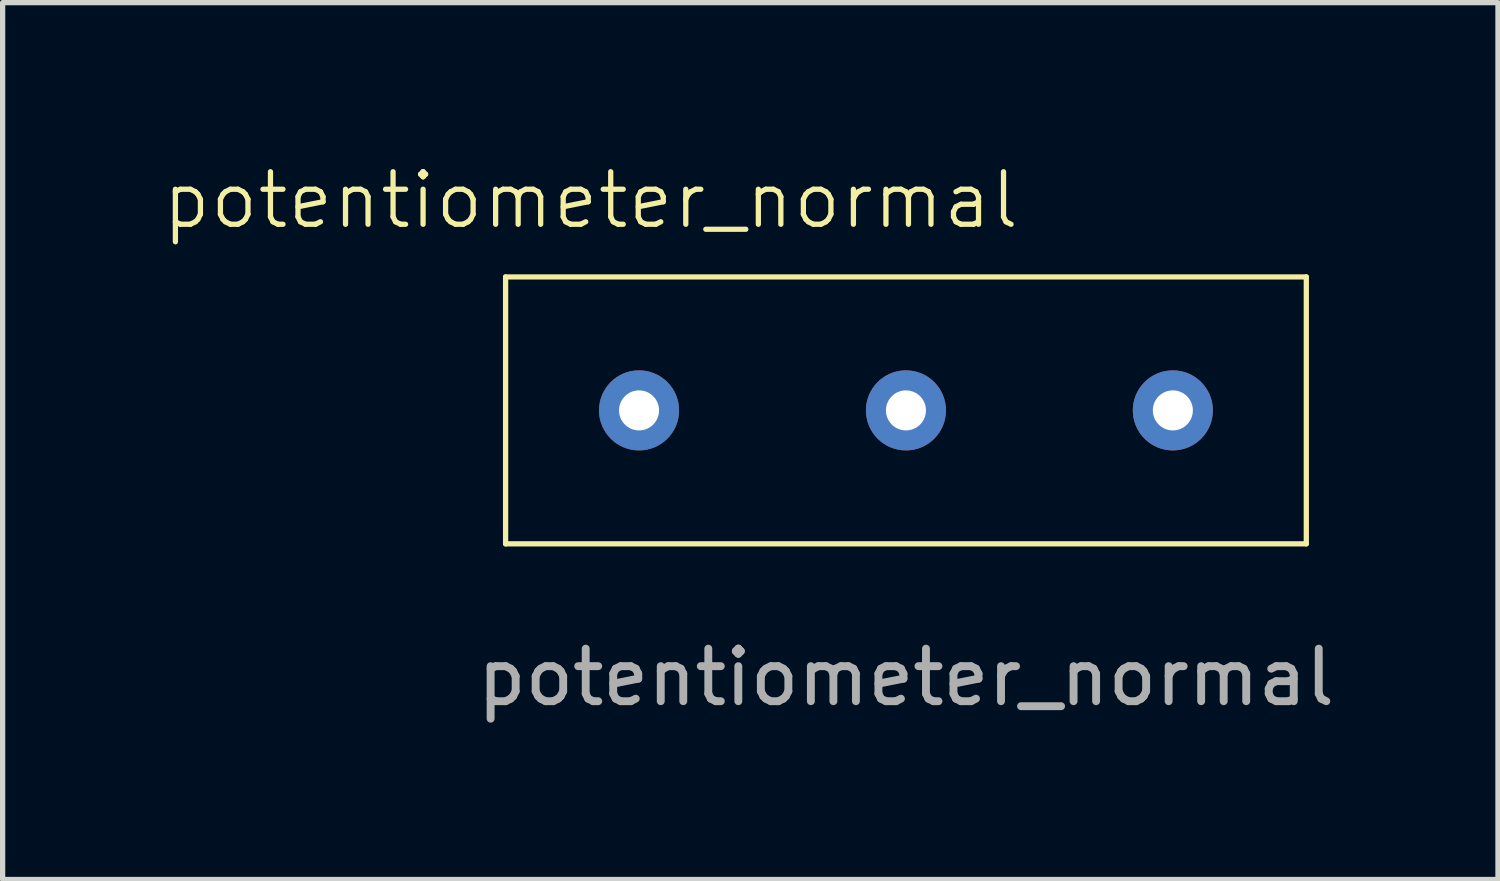
<source format=kicad_pcb>
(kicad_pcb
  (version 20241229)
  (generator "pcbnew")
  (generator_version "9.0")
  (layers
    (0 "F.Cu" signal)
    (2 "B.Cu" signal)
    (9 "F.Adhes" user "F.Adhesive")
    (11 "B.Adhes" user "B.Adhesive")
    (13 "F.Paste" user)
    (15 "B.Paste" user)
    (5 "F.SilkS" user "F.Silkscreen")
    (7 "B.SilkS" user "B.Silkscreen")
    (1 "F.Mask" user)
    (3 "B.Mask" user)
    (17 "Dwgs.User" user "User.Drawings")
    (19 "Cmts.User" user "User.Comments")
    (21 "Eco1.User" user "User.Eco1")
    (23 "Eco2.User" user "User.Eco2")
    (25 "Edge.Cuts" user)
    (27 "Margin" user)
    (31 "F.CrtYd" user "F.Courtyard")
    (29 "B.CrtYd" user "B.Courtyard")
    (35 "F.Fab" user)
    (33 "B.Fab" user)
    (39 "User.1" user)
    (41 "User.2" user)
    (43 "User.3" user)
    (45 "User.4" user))
  (footprint "potentiometer_normal"
    (layer "F.Cu")
    (at 14.193 4.761)
    (property "Reference" "potentiometer_normal" (at -6 -4 0) (unlocked yes) (layer "F.SilkS") (effects (font (size 1 1) (thickness 0.1))))
    (attr through_hole)
    (fp_line (start -7.62 -2.54) (end 7.62 -2.54) (stroke (width 0.1) (type default)) (layer "F.SilkS"))
    (fp_line (start -7.62 2.54) (end -7.62 -2.54) (stroke (width 0.1) (type default)) (layer "F.SilkS"))
    (fp_line (start 7.62 -2.54) (end 7.62 2.54) (stroke (width 0.1) (type default)) (layer "F.SilkS"))
    (fp_line (start 7.62 2.54) (end -7.62 2.54) (stroke (width 0.1) (type default)) (layer "F.SilkS"))
    (fp_text user "${REFERENCE}" (at 0 5.08 0) (unlocked yes) (layer "F.Fab") (effects (font (size 1 1) (thickness 0.15))))
    (pad "GND" thru_hole circle (at 5.08 0) (size 1.524 1.524) (drill 0.762) (layers "*.Cu" "*.Mask"))
    (pad "OUT" thru_hole circle (at 0 0) (size 1.524 1.524) (drill 0.762) (layers "*.Cu" "*.Mask"))
    (pad "VCC" thru_hole circle (at -5.08 0) (size 1.524 1.524) (drill 0.762) (layers "*.Cu" "*.Mask")))
  (gr_rect
    (start -3 -3)
    (end 25.461 13.689)
    (stroke (width 0.1) (type default))
    (fill no)
    (layer "Edge.Cuts")))
</source>
